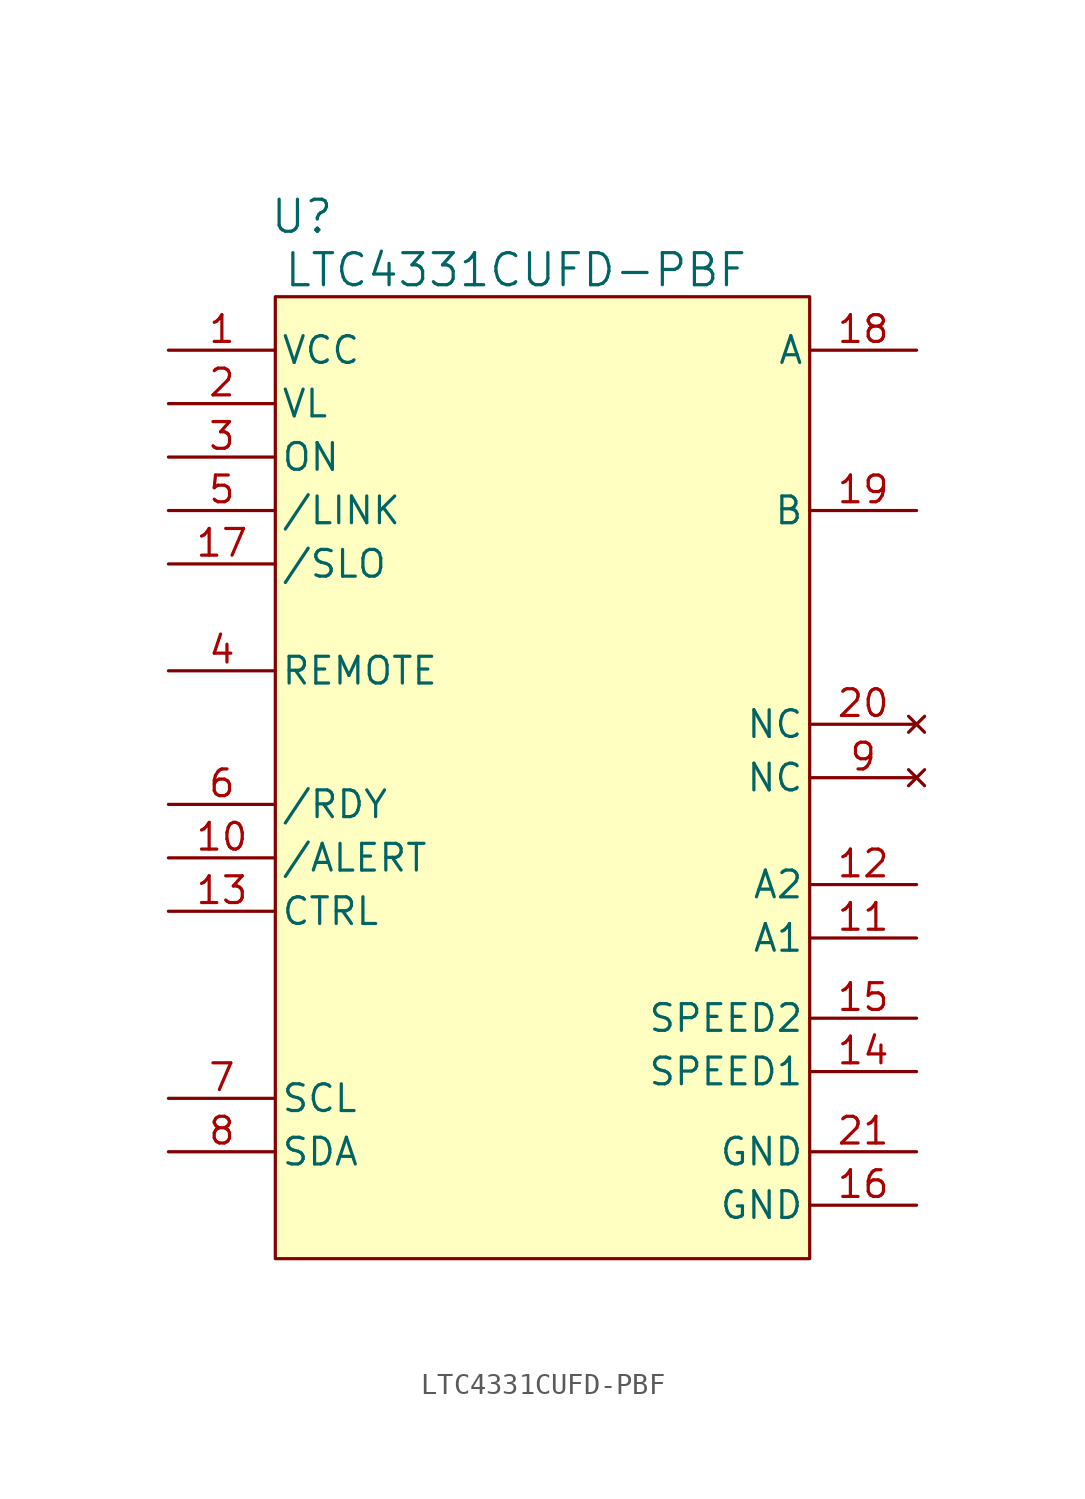
<source format=kicad_sym>
(kicad_symbol_lib
  (version 20241209)
  (generator "kicad_symbol_editor")
  (generator_version "9.0")
  (symbol "LTC4331CUFD-PBF"
    (pin_names
      (offset 0.254))
    (property "Reference" "U"
      (at 6.35 6.35 0)
      (effects (font (size 1.524 1.524))))
    (property "Value" "LTC4331CUFD-PBF"
      (at 16.51 3.81 0)
      (effects (font (size 1.524 1.524))))
    (symbol "LTC4331CUFD-PBF_1_1"
      (rectangle (start 5.08 2.54) (end 30.48 -43.18) (stroke (width 0) (type default)) (fill (type background)))
      (pin power_in line (at 0 0 0) (length 5.08) (name "VCC" (effects (font (size 1.27 1.27)))) (number "1" (effects (font (size 1.27 1.27)))))
      (pin power_in line (at 0 -2.54 0) (length 5.08) (name "VL" (effects (font (size 1.27 1.27)))) (number "2" (effects (font (size 1.27 1.27)))))
      (pin input line (at 0 -5.08 0) (length 5.08) (name "ON" (effects (font (size 1.27 1.27)))) (number "3" (effects (font (size 1.27 1.27)))))
      (pin output line (at 0 -7.62 0) (length 5.08) (name "/LINK" (effects (font (size 1.27 1.27)))) (number "5" (effects (font (size 1.27 1.27)))))
      (pin input line (at 0 -10.16 0) (length 5.08) (name "/SLO" (effects (font (size 1.27 1.27)))) (number "17" (effects (font (size 1.27 1.27)))))
      (pin input line (at 0 -15.24 0) (length 5.08) (name "REMOTE" (effects (font (size 1.27 1.27)))) (number "4" (effects (font (size 1.27 1.27)))))
      (pin output line (at 0 -21.59 0) (length 5.08) (name "/RDY" (effects (font (size 1.27 1.27)))) (number "6" (effects (font (size 1.27 1.27)))))
      (pin bidirectional line (at 0 -24.13 0) (length 5.08) (name "/ALERT" (effects (font (size 1.27 1.27)))) (number "10" (effects (font (size 1.27 1.27)))))
      (pin unspecified line (at 0 -26.67 0) (length 5.08) (name "CTRL" (effects (font (size 1.27 1.27)))) (number "13" (effects (font (size 1.27 1.27)))))
      (pin bidirectional line (at 0 -35.56 0) (length 5.08) (name "SCL" (effects (font (size 1.27 1.27)))) (number "7" (effects (font (size 1.27 1.27)))))
      (pin bidirectional line (at 0 -38.1 0) (length 5.08) (name "SDA" (effects (font (size 1.27 1.27)))) (number "8" (effects (font (size 1.27 1.27)))))
      (pin bidirectional line (at 35.56 0 180) (length 5.08) (name "A" (effects (font (size 1.27 1.27)))) (number "18" (effects (font (size 1.27 1.27)))))
      (pin bidirectional line (at 35.56 -7.62 180) (length 5.08) (name "B" (effects (font (size 1.27 1.27)))) (number "19" (effects (font (size 1.27 1.27)))))
      (pin no_connect line (at 35.56 -17.78 180) (length 5.08) (name "NC" (effects (font (size 1.27 1.27)))) (number "20" (effects (font (size 1.27 1.27)))))
      (pin no_connect line (at 35.56 -20.32 180) (length 5.08) (name "NC" (effects (font (size 1.27 1.27)))) (number "9" (effects (font (size 1.27 1.27)))))
      (pin input line (at 35.56 -25.4 180) (length 5.08) (name "A2" (effects (font (size 1.27 1.27)))) (number "12" (effects (font (size 1.27 1.27)))))
      (pin input line (at 35.56 -27.94 180) (length 5.08) (name "A1" (effects (font (size 1.27 1.27)))) (number "11" (effects (font (size 1.27 1.27)))))
      (pin input line (at 35.56 -31.75 180) (length 5.08) (name "SPEED2" (effects (font (size 1.27 1.27)))) (number "15" (effects (font (size 1.27 1.27)))))
      (pin input line (at 35.56 -34.29 180) (length 5.08) (name "SPEED1" (effects (font (size 1.27 1.27)))) (number "14" (effects (font (size 1.27 1.27)))))
      (pin power_in line (at 35.56 -38.1 180) (length 5.08) (name "GND" (effects (font (size 1.27 1.27)))) (number "21" (effects (font (size 1.27 1.27)))))
      (pin power_in line (at 35.56 -40.64 180) (length 5.08) (name "GND" (effects (font (size 1.27 1.27)))) (number "16" (effects (font (size 1.27 1.27))))))))
</source>
